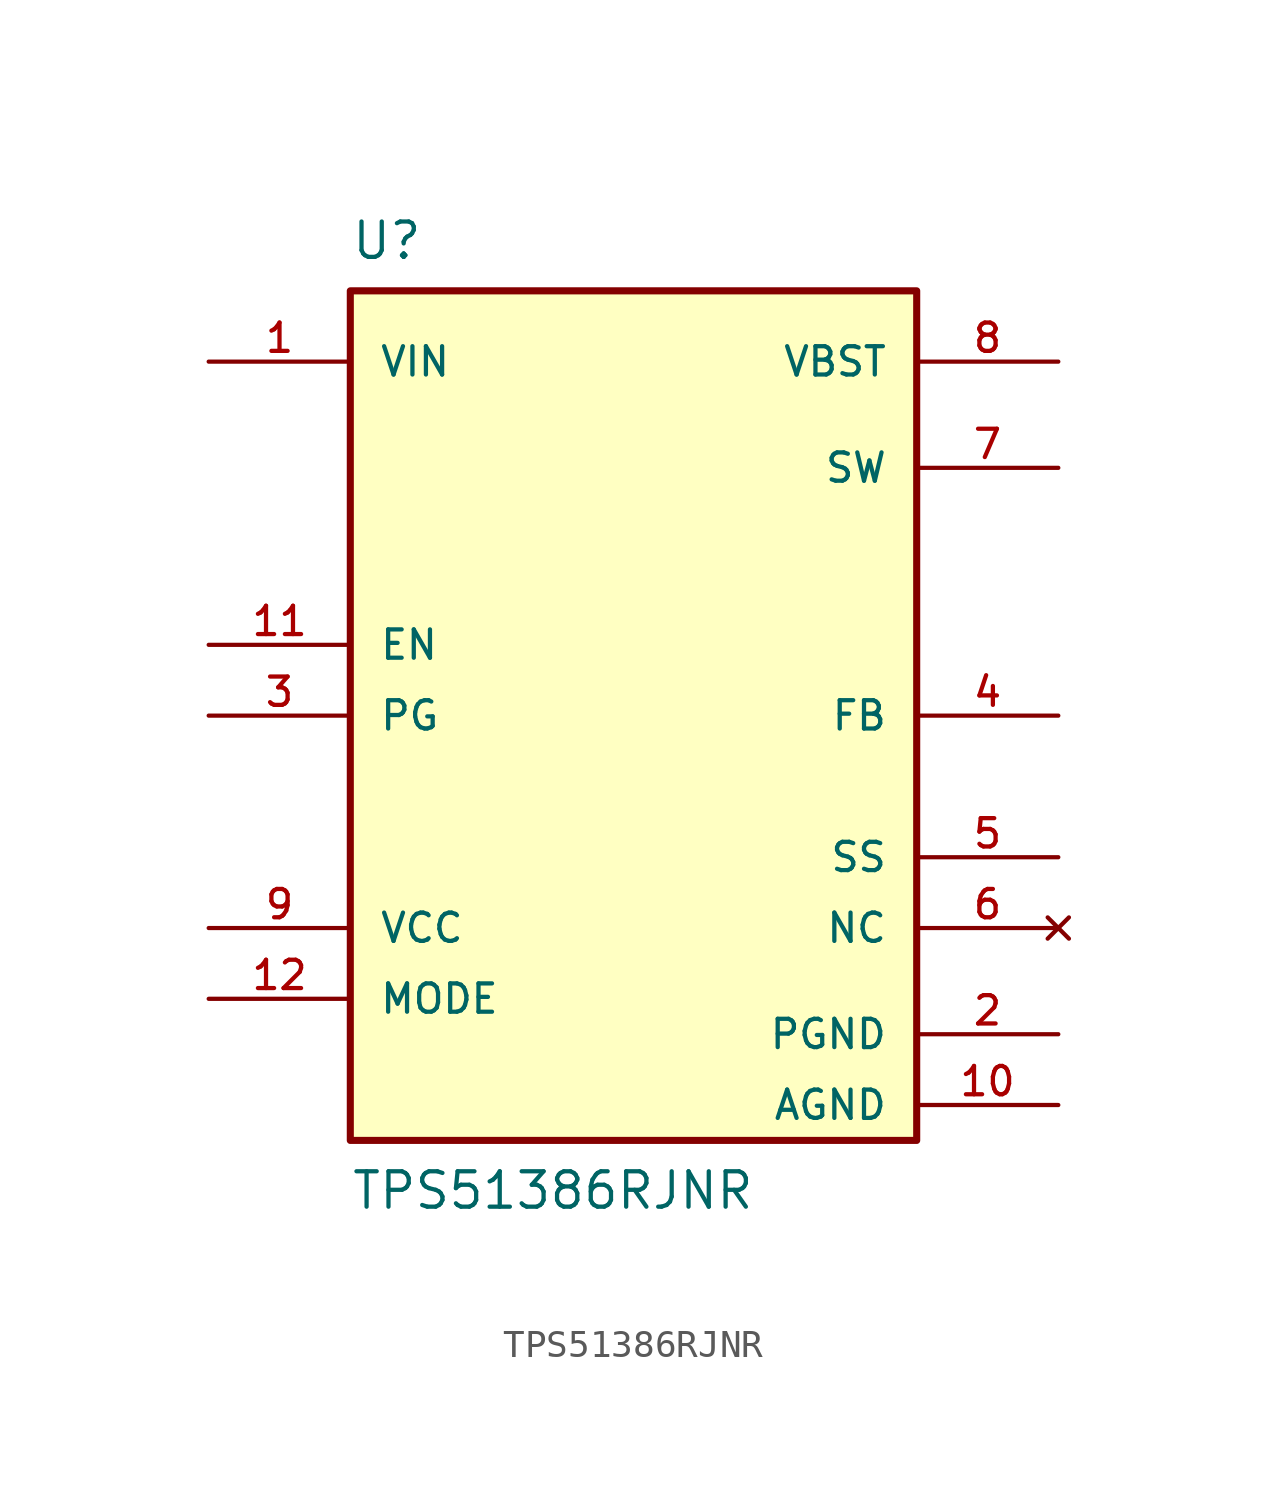
<source format=kicad_sym>
(kicad_symbol_lib
  (version 20231120)
  (generator "kicad_symbol_editor")
  (generator_version "8.0")
  (symbol "TPS51386RJNR"
    (pin_names
      (offset 1.016))
    (property "Reference" "U"
      (at -10.16 17.78 0)
      (effects (font (size 1.27 1.27)) (justify left top)))
    (property "Value" "TPS51386RJNR"
      (at -10.16 -17.78 0)
      (effects (font (size 1.27 1.27)) (justify left bottom)))
    (symbol "TPS51386RJNR_0_0"
      (rectangle (start -10.16 15.24) (end 10.16 -15.24) (stroke (width 0.254) (type default)) (fill (type background)))
      (pin power_in line (at -15.24 12.7 0) (length 5.08) (name "VIN" (effects (font (size 1.016 1.016)))) (number "1" (effects (font (size 1.016 1.016)))))
      (pin power_in line (at 15.24 -13.97 180) (length 5.08) (name "AGND" (effects (font (size 1.016 1.016)))) (number "10" (effects (font (size 1.016 1.016)))))
      (pin input line (at -15.24 2.54 0) (length 5.08) (name "EN" (effects (font (size 1.016 1.016)))) (number "11" (effects (font (size 1.016 1.016)))))
      (pin input line (at -15.24 -10.16 0) (length 5.08) (name "MODE" (effects (font (size 1.016 1.016)))) (number "12" (effects (font (size 1.016 1.016)))))
      (pin power_in line (at 15.24 -11.43 180) (length 5.08) (name "PGND" (effects (font (size 1.016 1.016)))) (number "2" (effects (font (size 1.016 1.016)))))
      (pin output line (at -15.24 0 0) (length 5.08) (name "PG" (effects (font (size 1.016 1.016)))) (number "3" (effects (font (size 1.016 1.016)))))
      (pin input line (at 15.24 0 180) (length 5.08) (name "FB" (effects (font (size 1.016 1.016)))) (number "4" (effects (font (size 1.016 1.016)))))
      (pin output line (at 15.24 -5.08 180) (length 5.08) (name "SS" (effects (font (size 1.016 1.016)))) (number "5" (effects (font (size 1.016 1.016)))))
      (pin no_connect line (at 15.24 -7.62 180) (length 5.08) (name "NC" (effects (font (size 1.016 1.016)))) (number "6" (effects (font (size 1.016 1.016)))))
      (pin output line (at 15.24 8.89 180) (length 5.08) (name "SW" (effects (font (size 1.016 1.016)))) (number "7" (effects (font (size 1.016 1.016)))))
      (pin power_in line (at 15.24 12.7 180) (length 5.08) (name "VBST" (effects (font (size 1.016 1.016)))) (number "8" (effects (font (size 1.016 1.016)))))
      (pin power_in line (at -15.24 -7.62 0) (length 5.08) (name "VCC" (effects (font (size 1.016 1.016)))) (number "9" (effects (font (size 1.016 1.016))))))))
</source>
